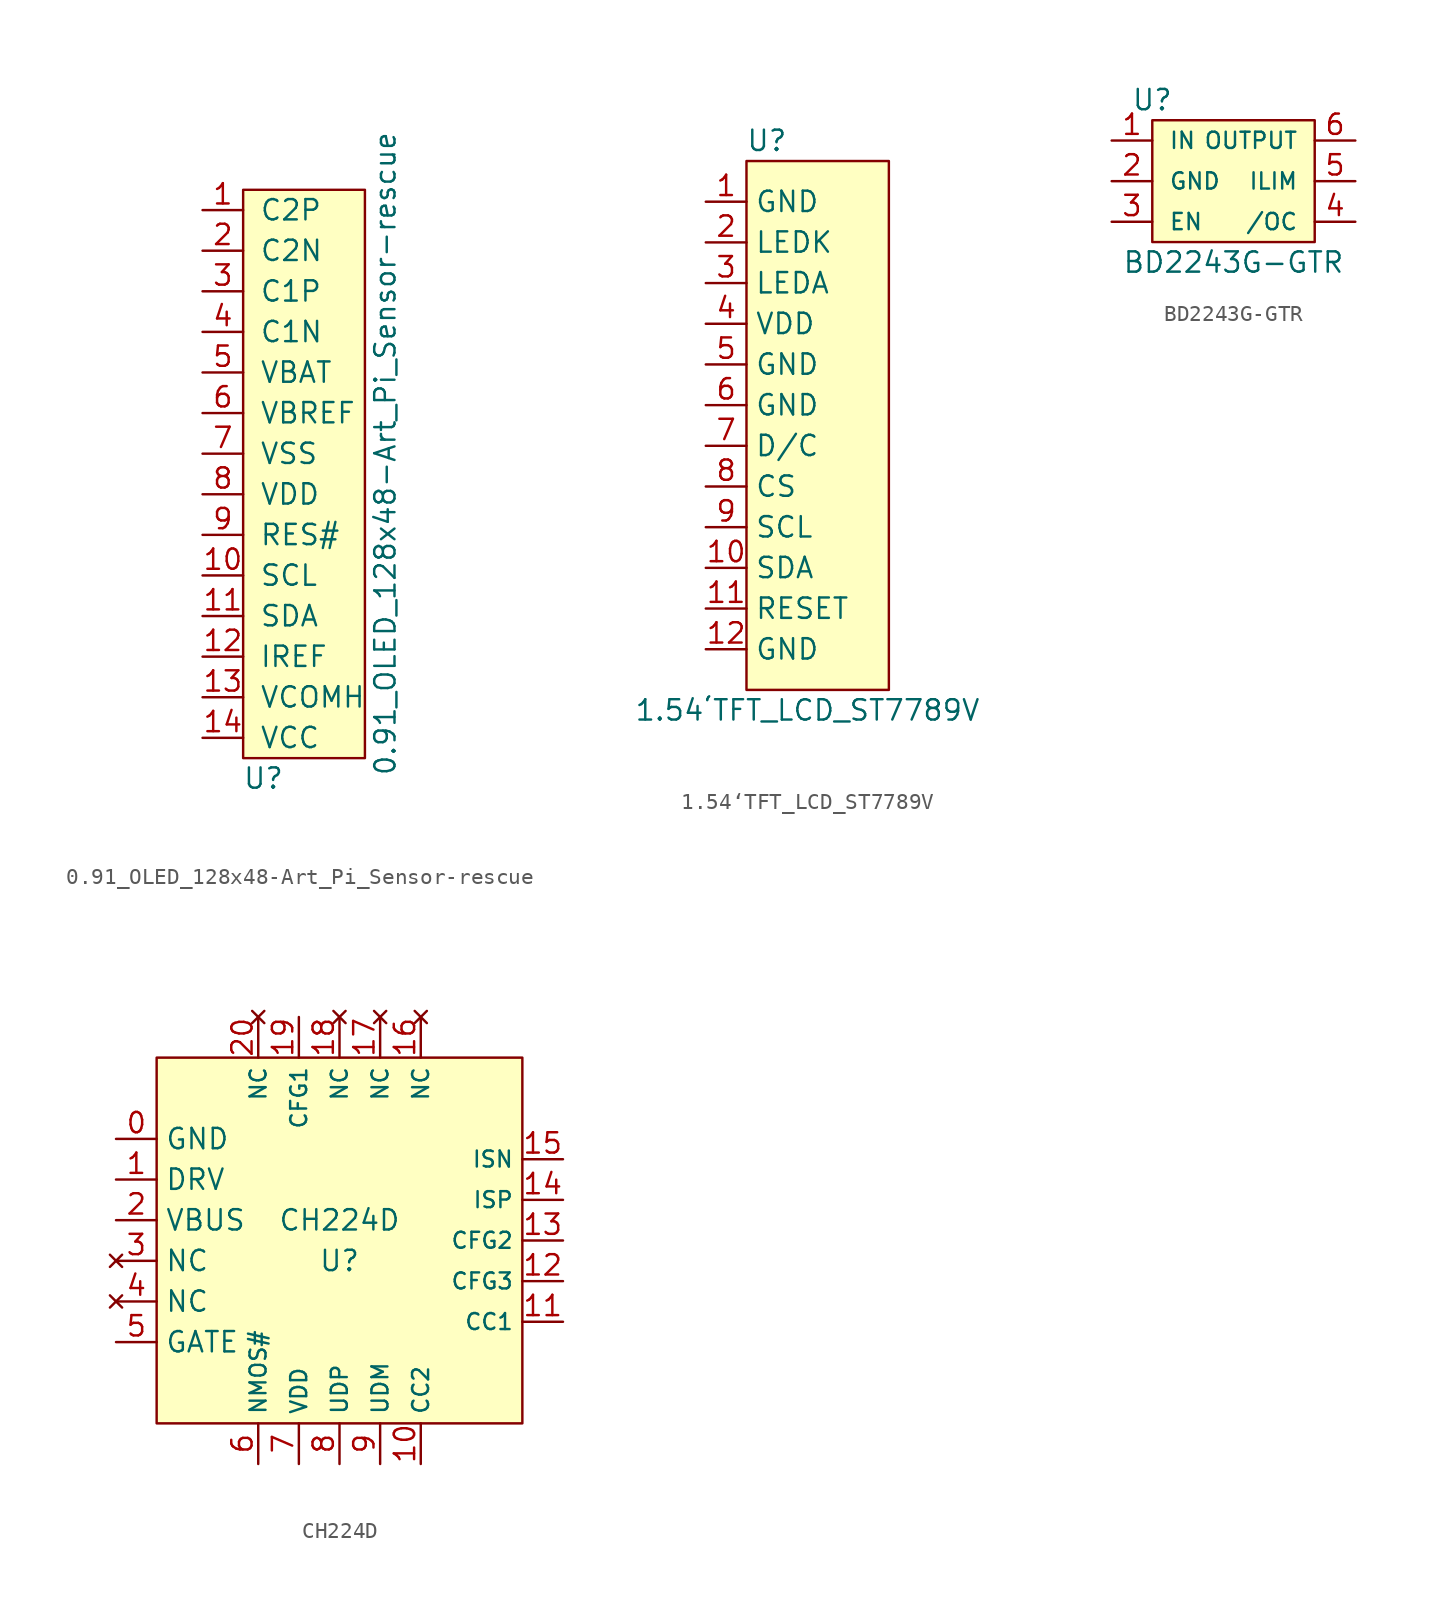
<source format=kicad_sym>
(kicad_symbol_lib
  (version 20211014)
  (generator kicad_symbol_editor)
  (symbol "0.91_OLED_128x48-Art_Pi_Sensor-rescue"
    (pin_names
      (offset 1.016))
    (property "Reference" "U"
      (at 1.27 -22.86 0)
      (effects (font (size 1.27 1.27))))
    (property "Value" "0.91_OLED_128x48-Art_Pi_Sensor-rescue"
      (at 8.89 -2.54 90)
      (effects (font (size 1.27 1.27))))
    (symbol "0.91_OLED_128x48-Art_Pi_Sensor-rescue_0_1"
      (rectangle (start 0 13.97) (end 7.62 -21.59) (stroke (width 0) (type default) (color 0 0 0 0)) (fill (type background))))
    (symbol "0.91_OLED_128x48-Art_Pi_Sensor-rescue_1_1"
      (pin bidirectional line (at -2.54 12.7 0) (length 2.54) (name "C2P" (effects (font (size 1.27 1.27)))) (number "1" (effects (font (size 1.27 1.27)))))
      (pin bidirectional line (at -2.54 -10.16 0) (length 2.54) (name "SCL" (effects (font (size 1.27 1.27)))) (number "10" (effects (font (size 1.27 1.27)))))
      (pin bidirectional line (at -2.54 -12.7 0) (length 2.54) (name "SDA" (effects (font (size 1.27 1.27)))) (number "11" (effects (font (size 1.27 1.27)))))
      (pin bidirectional line (at -2.54 -15.24 0) (length 2.54) (name "IREF" (effects (font (size 1.27 1.27)))) (number "12" (effects (font (size 1.27 1.27)))))
      (pin bidirectional line (at -2.54 -17.78 0) (length 2.54) (name "VCOMH" (effects (font (size 1.27 1.27)))) (number "13" (effects (font (size 1.27 1.27)))))
      (pin bidirectional line (at -2.54 -20.32 0) (length 2.54) (name "VCC" (effects (font (size 1.27 1.27)))) (number "14" (effects (font (size 1.27 1.27)))))
      (pin bidirectional line (at -2.54 10.16 0) (length 2.54) (name "C2N" (effects (font (size 1.27 1.27)))) (number "2" (effects (font (size 1.27 1.27)))))
      (pin bidirectional line (at -2.54 7.62 0) (length 2.54) (name "C1P" (effects (font (size 1.27 1.27)))) (number "3" (effects (font (size 1.27 1.27)))))
      (pin bidirectional line (at -2.54 5.08 0) (length 2.54) (name "C1N" (effects (font (size 1.27 1.27)))) (number "4" (effects (font (size 1.27 1.27)))))
      (pin bidirectional line (at -2.54 2.54 0) (length 2.54) (name "VBAT" (effects (font (size 1.27 1.27)))) (number "5" (effects (font (size 1.27 1.27)))))
      (pin bidirectional line (at -2.54 0 0) (length 2.54) (name "VBREF" (effects (font (size 1.27 1.27)))) (number "6" (effects (font (size 1.27 1.27)))))
      (pin bidirectional line (at -2.54 -2.54 0) (length 2.54) (name "VSS" (effects (font (size 1.27 1.27)))) (number "7" (effects (font (size 1.27 1.27)))))
      (pin bidirectional line (at -2.54 -5.08 0) (length 2.54) (name "VDD" (effects (font (size 1.27 1.27)))) (number "8" (effects (font (size 1.27 1.27)))))
      (pin bidirectional line (at -2.54 -7.62 0) (length 2.54) (name "RES#" (effects (font (size 1.27 1.27)))) (number "9" (effects (font (size 1.27 1.27)))))))
  (symbol "1.54‘TFT_LCD_ST7789V"
    (property "Reference" "U"
      (at 1.27 17.78 0)
      (effects (font (size 1.27 1.27))))
    (property "Value" "1.54‘TFT_LCD_ST7789V"
      (at 3.81 -17.78 0)
      (effects (font (size 1.27 1.27))))
    (symbol "1.54‘TFT_LCD_ST7789V_0_1"
      (rectangle (start 0 16.51) (end 8.89 -16.51) (stroke (width 0) (type default) (color 0 0 0 0)) (fill (type background))))
    (symbol "1.54‘TFT_LCD_ST7789V_1_1"
      (pin power_out line (at -2.54 13.97 0) (length 2.54) (name "GND" (effects (font (size 1.27 1.27)))) (number "1" (effects (font (size 1.27 1.27)))))
      (pin bidirectional line (at -2.54 -8.89 0) (length 2.54) (name "SDA" (effects (font (size 1.27 1.27)))) (number "10" (effects (font (size 1.27 1.27)))))
      (pin input line (at -2.54 -11.43 0) (length 2.54) (name "RESET" (effects (font (size 1.27 1.27)))) (number "11" (effects (font (size 1.27 1.27)))))
      (pin power_out line (at -2.54 -13.97 0) (length 2.54) (name "GND" (effects (font (size 1.27 1.27)))) (number "12" (effects (font (size 1.27 1.27)))))
      (pin power_out line (at -2.54 11.43 0) (length 2.54) (name "LEDK" (effects (font (size 1.27 1.27)))) (number "2" (effects (font (size 1.27 1.27)))))
      (pin power_in line (at -2.54 8.89 0) (length 2.54) (name "LEDA" (effects (font (size 1.27 1.27)))) (number "3" (effects (font (size 1.27 1.27)))))
      (pin power_in line (at -2.54 6.35 0) (length 2.54) (name "VDD" (effects (font (size 1.27 1.27)))) (number "4" (effects (font (size 1.27 1.27)))))
      (pin power_out line (at -2.54 3.81 0) (length 2.54) (name "GND" (effects (font (size 1.27 1.27)))) (number "5" (effects (font (size 1.27 1.27)))))
      (pin power_out line (at -2.54 1.27 0) (length 2.54) (name "GND" (effects (font (size 1.27 1.27)))) (number "6" (effects (font (size 1.27 1.27)))))
      (pin input line (at -2.54 -1.27 0) (length 2.54) (name "D/C" (effects (font (size 1.27 1.27)))) (number "7" (effects (font (size 1.27 1.27)))))
      (pin input line (at -2.54 -3.81 0) (length 2.54) (name "CS" (effects (font (size 1.27 1.27)))) (number "8" (effects (font (size 1.27 1.27)))))
      (pin input line (at -2.54 -6.35 0) (length 2.54) (name "SCL" (effects (font (size 1.27 1.27)))) (number "9" (effects (font (size 1.27 1.27)))))))
  (symbol "BD2243G-GTR"
    (pin_names
      (offset 1.016))
    (property "Reference" "U"
      (at -5.08 5.08 0)
      (effects (font (size 1.27 1.27))))
    (property "Value" "BD2243G-GTR"
      (at 0 -5.08 0)
      (effects (font (size 1.27 1.27))))
    (symbol "BD2243G-GTR_0_1"
      (rectangle (start -5.08 -3.81) (end 5.08 3.81) (stroke (width 0) (type default) (color 0 0 0 0)) (fill (type background))))
    (symbol "BD2243G-GTR_1_1"
      (pin power_in line (at -7.62 2.54 0) (length 2.54) (name "IN" (effects (font (size 1.016 1.016)))) (number "1" (effects (font (size 1.27 1.27)))))
      (pin power_out line (at -7.62 0 0) (length 2.54) (name "GND" (effects (font (size 1.016 1.016)))) (number "2" (effects (font (size 1.27 1.27)))))
      (pin input line (at -7.62 -2.54 0) (length 2.54) (name "EN" (effects (font (size 1.016 1.016)))) (number "3" (effects (font (size 1.27 1.27)))))
      (pin input line (at 7.62 -2.54 180) (length 2.54) (name "/OC" (effects (font (size 1.016 1.016)))) (number "4" (effects (font (size 1.27 1.27)))))
      (pin input line (at 7.62 0 180) (length 2.54) (name "ILIM" (effects (font (size 1.016 1.016)))) (number "5" (effects (font (size 1.27 1.27)))))
      (pin power_out line (at 7.62 2.54 180) (length 2.54) (name "OUTPUT" (effects (font (size 1.016 1.016)))) (number "6" (effects (font (size 1.27 1.27)))))))
  (symbol "CH224D"
    (property "Reference" "U"
      (at 0 -1.27 0)
      (effects (font (size 1.27 1.27))))
    (property "Value" "CH224D"
      (at 0 1.27 0)
      (effects (font (size 1.27 1.27))))
    (symbol "CH224D_0_1"
      (rectangle (start -11.43 11.43) (end 11.43 -11.43) (stroke (width 0) (type default) (color 0 0 0 0)) (fill (type background))))
    (symbol "CH224D_1_1"
      (pin power_in line (at -13.97 6.35 0) (length 2.54) (name "GND" (effects (font (size 1.27 1.27)))) (number "0" (effects (font (size 1.27 1.27)))))
      (pin bidirectional line (at -13.97 3.81 0) (length 2.54) (name "DRV" (effects (font (size 1.27 1.27)))) (number "1" (effects (font (size 1.27 1.27)))))
      (pin bidirectional line (at 5.08 -13.97 90) (length 2.54) (name "CC2" (effects (font (size 1 1)))) (number "10" (effects (font (size 1.27 1.27)))))
      (pin bidirectional line (at 13.97 -5.08 180) (length 2.54) (name "CC1" (effects (font (size 1 1)))) (number "11" (effects (font (size 1.27 1.27)))))
      (pin bidirectional line (at 13.97 -2.54 180) (length 2.54) (name "CFG3" (effects (font (size 1 1)))) (number "12" (effects (font (size 1.27 1.27)))))
      (pin bidirectional line (at 13.97 0 180) (length 2.54) (name "CFG2" (effects (font (size 1 1)))) (number "13" (effects (font (size 1.27 1.27)))))
      (pin bidirectional line (at 13.97 2.54 180) (length 2.54) (name "ISP" (effects (font (size 1 1)))) (number "14" (effects (font (size 1.27 1.27)))))
      (pin bidirectional line (at 13.97 5.08 180) (length 2.54) (name "ISN" (effects (font (size 1 1)))) (number "15" (effects (font (size 1.27 1.27)))))
      (pin no_connect line (at 5.08 13.97 270) (length 2.54) (name "NC" (effects (font (size 1 1)))) (number "16" (effects (font (size 1.27 1.27)))))
      (pin no_connect line (at 2.54 13.97 270) (length 2.54) (name "NC" (effects (font (size 1 1)))) (number "17" (effects (font (size 1.27 1.27)))))
      (pin no_connect line (at 0 13.97 270) (length 2.54) (name "NC" (effects (font (size 1 1)))) (number "18" (effects (font (size 1.27 1.27)))))
      (pin bidirectional line (at -2.54 13.97 270) (length 2.54) (name "CFG1" (effects (font (size 1 1)))) (number "19" (effects (font (size 1.27 1.27)))))
      (pin power_in line (at -13.97 1.27 0) (length 2.54) (name "VBUS" (effects (font (size 1.27 1.27)))) (number "2" (effects (font (size 1.27 1.27)))))
      (pin no_connect line (at -5.08 13.97 270) (length 2.54) (name "NC" (effects (font (size 1 1)))) (number "20" (effects (font (size 1.27 1.27)))))
      (pin no_connect line (at -13.97 -1.27 0) (length 2.54) (name "NC" (effects (font (size 1.27 1.27)))) (number "3" (effects (font (size 1.27 1.27)))))
      (pin no_connect line (at -13.97 -3.81 0) (length 2.54) (name "NC" (effects (font (size 1.27 1.27)))) (number "4" (effects (font (size 1.27 1.27)))))
      (pin bidirectional line (at -13.97 -6.35 0) (length 2.54) (name "GATE" (effects (font (size 1.27 1.27)))) (number "5" (effects (font (size 1.27 1.27)))))
      (pin bidirectional line (at -5.08 -13.97 90) (length 2.54) (name "NMOS#" (effects (font (size 1 1)))) (number "6" (effects (font (size 1.27 1.27)))))
      (pin power_out line (at -2.54 -13.97 90) (length 2.54) (name "VDD" (effects (font (size 1 1)))) (number "7" (effects (font (size 1.27 1.27)))))
      (pin bidirectional line (at 0 -13.97 90) (length 2.54) (name "UDP" (effects (font (size 1 1)))) (number "8" (effects (font (size 1.27 1.27)))))
      (pin bidirectional line (at 2.54 -13.97 90) (length 2.54) (name "UDM" (effects (font (size 1 1)))) (number "9" (effects (font (size 1.27 1.27))))))))
</source>
